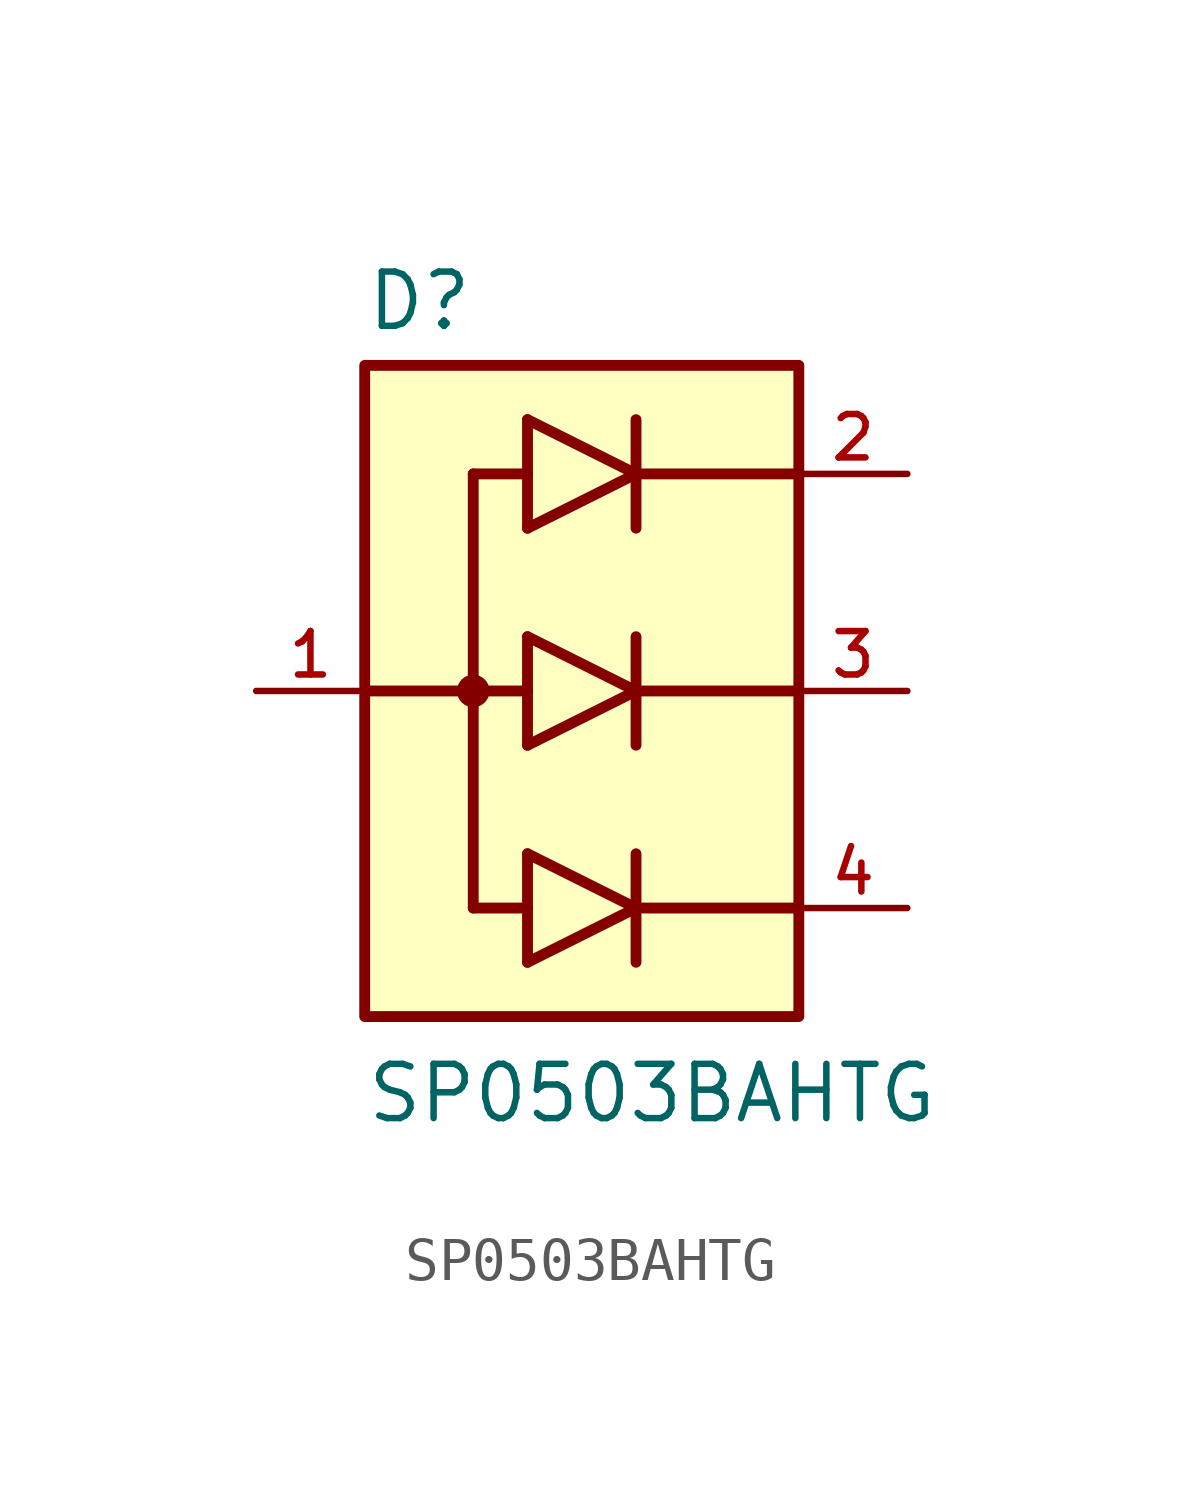
<source format=kicad_sym>
(kicad_symbol_lib
  (version 20211014)
  (generator kicad_symbol_editor)
  (symbol "SP0503BAHTG"
    (pin_names
      (offset 1.016))
    (property "Reference" "D"
      (at -5.08 8.382 0)
      (effects (font (size 1.27 1.27)) (justify bottom left)))
    (property "Value" "SP0503BAHTG"
      (at -5.08 -10.16 0)
      (effects (font (size 1.27 1.27)) (justify bottom left)))
    (symbol "SP0503BAHTG_0_0"
      (polyline (pts (xy -2.54 5.08) (xy -1.27 5.08)) (stroke (width 0.254)))
      (polyline (pts (xy -1.27 5.08) (xy -1.27 6.35)) (stroke (width 0.254)))
      (polyline (pts (xy -1.27 5.08) (xy -1.27 3.81)) (stroke (width 0.254)))
      (polyline (pts (xy -1.27 3.81) (xy 1.27 5.08)) (stroke (width 0.254)))
      (polyline (pts (xy 1.27 5.08) (xy -1.27 6.35)) (stroke (width 0.254)))
      (polyline (pts (xy 1.27 6.35) (xy 1.27 5.08)) (stroke (width 0.254)))
      (polyline (pts (xy 1.27 5.08) (xy 1.27 3.81)) (stroke (width 0.254)))
      (polyline (pts (xy 1.27 5.08) (xy 5.08 5.08)) (stroke (width 0.254)))
      (polyline (pts (xy 5.08 -5.08) (xy 1.27 -5.08)) (stroke (width 0.254)))
      (polyline (pts (xy 1.27 -5.08) (xy 1.27 -6.35)) (stroke (width 0.254)))
      (polyline (pts (xy 1.27 -5.08) (xy 1.27 -3.81)) (stroke (width 0.254)))
      (polyline (pts (xy 1.27 -5.08) (xy -1.27 -6.35)) (stroke (width 0.254)))
      (polyline (pts (xy -1.27 -6.35) (xy -1.27 -5.08)) (stroke (width 0.254)))
      (polyline (pts (xy -1.27 -5.08) (xy -1.27 -3.81)) (stroke (width 0.254)))
      (polyline (pts (xy -1.27 -3.81) (xy 1.27 -5.08)) (stroke (width 0.254)))
      (polyline (pts (xy -2.54 0.0) (xy -1.27 0.0)) (stroke (width 0.254)))
      (polyline (pts (xy -1.27 0.0) (xy -1.27 1.27)) (stroke (width 0.254)))
      (polyline (pts (xy -1.27 0.0) (xy -1.27 -1.27)) (stroke (width 0.254)))
      (polyline (pts (xy -1.27 -1.27) (xy 1.27 0.0)) (stroke (width 0.254)))
      (polyline (pts (xy 1.27 0.0) (xy -1.27 1.27)) (stroke (width 0.254)))
      (polyline (pts (xy 1.27 1.27) (xy 1.27 0.0)) (stroke (width 0.254)))
      (polyline (pts (xy 1.27 0.0) (xy 1.27 -1.27)) (stroke (width 0.254)))
      (polyline (pts (xy 1.27 0.0) (xy 5.08 0.0)) (stroke (width 0.254)))
      (polyline (pts (xy -2.54 0.0) (xy -2.54 5.08)) (stroke (width 0.254)))
      (circle (center -2.54 0.0) (radius 0.254) (stroke (width 0.254)) (fill (type none)))
      (polyline (pts (xy -2.54 0.0) (xy -2.54 -5.08)) (stroke (width 0.254)))
      (polyline (pts (xy -2.54 -5.08) (xy -1.27 -5.08)) (stroke (width 0.254)))
      (polyline (pts (xy -2.54 0.0) (xy -5.08 0.0)) (stroke (width 0.254)))
      (rectangle (start -5.08 -7.62) (end 5.08 7.62) (stroke (width 0.254)) (fill (type background)))
      (pin passive line (at -7.62 0.0 0) (length 2.54) (name "~" (effects (font (size 1.016 1.016)))) (number "1" (effects (font (size 1.016 1.016)))))
      (pin passive line (at 7.62 5.08 180.0) (length 2.54) (name "~" (effects (font (size 1.016 1.016)))) (number "2" (effects (font (size 1.016 1.016)))))
      (pin passive line (at 7.62 -5.08 180.0) (length 2.54) (name "~" (effects (font (size 1.016 1.016)))) (number "4" (effects (font (size 1.016 1.016)))))
      (pin passive line (at 7.62 0.0 180.0) (length 2.54) (name "~" (effects (font (size 1.016 1.016)))) (number "3" (effects (font (size 1.016 1.016))))))))
</source>
